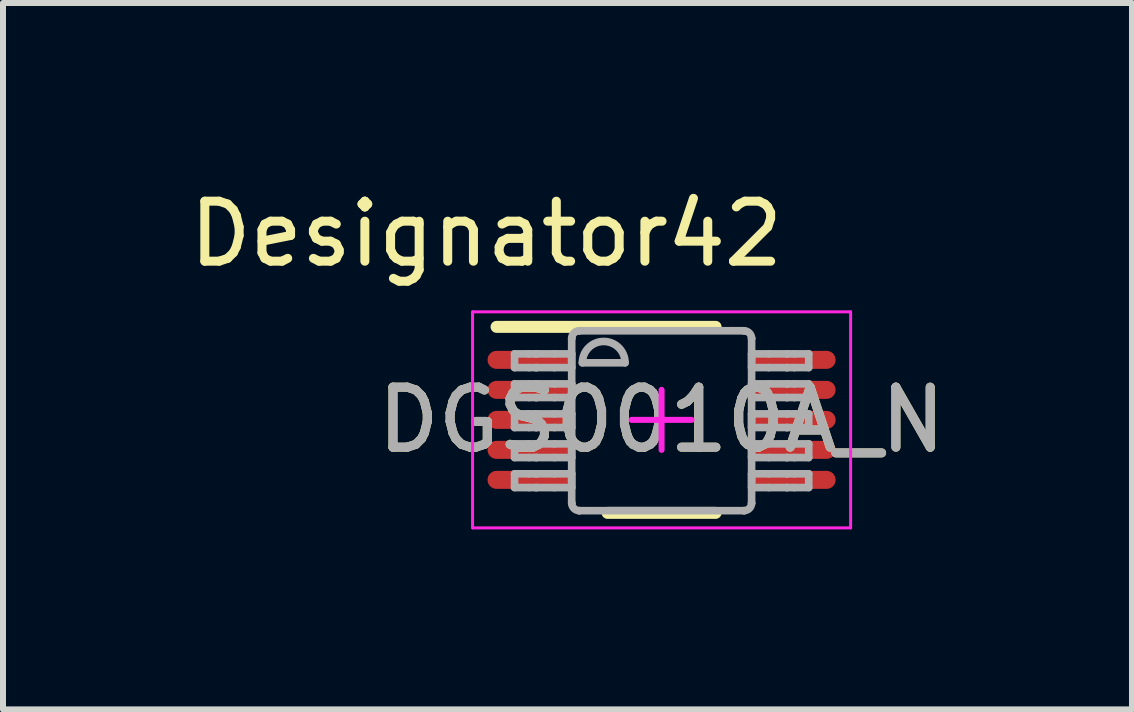
<source format=kicad_pcb>
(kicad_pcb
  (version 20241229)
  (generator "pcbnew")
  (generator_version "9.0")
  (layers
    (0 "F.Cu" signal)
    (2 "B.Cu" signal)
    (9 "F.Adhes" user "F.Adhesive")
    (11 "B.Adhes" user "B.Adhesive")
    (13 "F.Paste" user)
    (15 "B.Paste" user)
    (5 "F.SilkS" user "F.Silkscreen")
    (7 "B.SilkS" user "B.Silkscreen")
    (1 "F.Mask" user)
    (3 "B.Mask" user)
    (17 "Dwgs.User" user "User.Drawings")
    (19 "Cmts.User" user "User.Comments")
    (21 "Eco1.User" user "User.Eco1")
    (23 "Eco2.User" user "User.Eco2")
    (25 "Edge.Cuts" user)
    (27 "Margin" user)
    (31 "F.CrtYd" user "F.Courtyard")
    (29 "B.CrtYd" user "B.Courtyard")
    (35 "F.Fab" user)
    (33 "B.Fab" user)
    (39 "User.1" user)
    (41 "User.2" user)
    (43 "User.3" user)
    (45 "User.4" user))
  (footprint "DGS0010A_N"
    (layer "F.Cu")
    (at 7.975 3.947)
    (property "Reference" "DGS0010A_N" (at 0 0 0) (unlocked yes) (layer "F.SilkS") (effects (font (size 1 1) (thickness 0.15))))
    (attr smd)
    (fp_line (start -2.75 -1.55) (end 0.9 -1.55) (stroke (width 0.2) (type solid)) (layer "F.SilkS"))
    (fp_line (start -0.9 1.55) (end 0.9 1.55) (stroke (width 0.2) (type solid)) (layer "F.SilkS"))
    (fp_line (start -3.15 -1.8) (end 3.15 -1.8) (stroke (width 0.05) (type solid)) (layer "F.CrtYd"))
    (fp_line (start -3.15 1.8) (end -3.15 -1.8) (stroke (width 0.05) (type solid)) (layer "F.CrtYd"))
    (fp_line (start -3.15 1.8) (end 3.15 1.8) (stroke (width 0.05) (type solid)) (layer "F.CrtYd"))
    (fp_line (start -0.5 0) (end 0.5 0) (stroke (width 0.1) (type solid)) (layer "F.CrtYd"))
    (fp_line (start -0.000003 0.5) (end -0.000003 -0.5) (stroke (width 0.1) (type solid)) (layer "F.CrtYd"))
    (fp_line (start 3.15 1.8) (end 3.15 -1.8) (stroke (width 0.05) (type solid)) (layer "F.CrtYd"))
    (fp_line (start -2.45 -1.1) (end -2.21 -1.1) (stroke (width 0.127) (type solid)) (layer "F.Fab"))
    (fp_line (start -2.45 -0.871) (end -2.45 -1.1) (stroke (width 0.127) (type solid)) (layer "F.Fab"))
    (fp_line (start -2.45 -0.871) (end -2.21 -0.871) (stroke (width 0.127) (type solid)) (layer "F.Fab"))
    (fp_line (start -2.45 -0.6) (end -2.21 -0.6) (stroke (width 0.127) (type solid)) (layer "F.Fab"))
    (fp_line (start -2.45 -0.372) (end -2.45 -0.6) (stroke (width 0.127) (type solid)) (layer "F.Fab"))
    (fp_line (start -2.45 -0.372) (end -2.21 -0.372) (stroke (width 0.127) (type solid)) (layer "F.Fab"))
    (fp_line (start -2.45 -0.1) (end -2.21 -0.1) (stroke (width 0.127) (type solid)) (layer "F.Fab"))
    (fp_line (start -2.45 0.128) (end -2.45 -0.1) (stroke (width 0.127) (type solid)) (layer "F.Fab"))
    (fp_line (start -2.45 0.128) (end -2.21 0.128) (stroke (width 0.127) (type solid)) (layer "F.Fab"))
    (fp_line (start -2.45 0.4) (end -2.21 0.4) (stroke (width 0.127) (type solid)) (layer "F.Fab"))
    (fp_line (start -2.45 0.628) (end -2.45 0.4) (stroke (width 0.127) (type solid)) (layer "F.Fab"))
    (fp_line (start -2.45 0.628) (end -2.21 0.628) (stroke (width 0.127) (type solid)) (layer "F.Fab"))
    (fp_line (start -2.45 0.899) (end -2.21 0.899) (stroke (width 0.127) (type solid)) (layer "F.Fab"))
    (fp_line (start -2.45 1.128) (end -2.45 0.899) (stroke (width 0.127) (type solid)) (layer "F.Fab"))
    (fp_line (start -2.45 1.128) (end -2.21 1.128) (stroke (width 0.127) (type solid)) (layer "F.Fab"))
    (fp_line (start -2.21 -1.1) (end -2.09 -1.1) (stroke (width 0.127) (type solid)) (layer "F.Fab"))
    (fp_line (start -2.21 -0.871) (end -2.09 -0.871) (stroke (width 0.127) (type solid)) (layer "F.Fab"))
    (fp_line (start -2.21 -0.6) (end -2.09 -0.6) (stroke (width 0.127) (type solid)) (layer "F.Fab"))
    (fp_line (start -2.21 -0.372) (end -2.09 -0.372) (stroke (width 0.127) (type solid)) (layer "F.Fab"))
    (fp_line (start -2.21 -0.1) (end -2.09 -0.1) (stroke (width 0.127) (type solid)) (layer "F.Fab"))
    (fp_line (start -2.21 0.128) (end -2.09 0.128) (stroke (width 0.127) (type solid)) (layer "F.Fab"))
    (fp_line (start -2.21 0.4) (end -2.09 0.4) (stroke (width 0.127) (type solid)) (layer "F.Fab"))
    (fp_line (start -2.21 0.628) (end -2.09 0.628) (stroke (width 0.127) (type solid)) (layer "F.Fab"))
    (fp_line (start -2.21 0.899) (end -2.09 0.899) (stroke (width 0.127) (type solid)) (layer "F.Fab"))
    (fp_line (start -2.21 1.128) (end -2.09 1.128) (stroke (width 0.127) (type solid)) (layer "F.Fab"))
    (fp_line (start -2.09 -1.1) (end -2.087 -1.1) (stroke (width 0.127) (type solid)) (layer "F.Fab"))
    (fp_line (start -2.09 -0.871) (end -2.087 -0.871) (stroke (width 0.127) (type solid)) (layer "F.Fab"))
    (fp_line (start -2.09 -0.6) (end -2.087 -0.6) (stroke (width 0.127) (type solid)) (layer "F.Fab"))
    (fp_line (start -2.09 -0.372) (end -2.087 -0.372) (stroke (width 0.127) (type solid)) (layer "F.Fab"))
    (fp_line (start -2.09 -0.1) (end -2.087 -0.1) (stroke (width 0.127) (type solid)) (layer "F.Fab"))
    (fp_line (start -2.09 0.128) (end -2.087 0.128) (stroke (width 0.127) (type solid)) (layer "F.Fab"))
    (fp_line (start -2.09 0.4) (end -2.087 0.4) (stroke (width 0.127) (type solid)) (layer "F.Fab"))
    (fp_line (start -2.09 0.628) (end -2.087 0.628) (stroke (width 0.127) (type solid)) (layer "F.Fab"))
    (fp_line (start -2.09 0.899) (end -2.087 0.899) (stroke (width 0.127) (type solid)) (layer "F.Fab"))
    (fp_line (start -2.09 1.128) (end -2.087 1.128) (stroke (width 0.127) (type solid)) (layer "F.Fab"))
    (fp_line (start -2.087 -1.1) (end -1.784 -1.1) (stroke (width 0.127) (type solid)) (layer "F.Fab"))
    (fp_line (start -2.087 -0.871) (end -1.784 -0.871) (stroke (width 0.127) (type solid)) (layer "F.Fab"))
    (fp_line (start -2.087 -0.6) (end -1.784 -0.6) (stroke (width 0.127) (type solid)) (layer "F.Fab"))
    (fp_line (start -2.087 -0.372) (end -1.784 -0.372) (stroke (width 0.127) (type solid)) (layer "F.Fab"))
    (fp_line (start -2.087 -0.1) (end -1.784 -0.1) (stroke (width 0.127) (type solid)) (layer "F.Fab"))
    (fp_line (start -2.087 0.128) (end -1.784 0.128) (stroke (width 0.127) (type solid)) (layer "F.Fab"))
    (fp_line (start -2.087 0.4) (end -1.784 0.4) (stroke (width 0.127) (type solid)) (layer "F.Fab"))
    (fp_line (start -2.087 0.628) (end -1.784 0.628) (stroke (width 0.127) (type solid)) (layer "F.Fab"))
    (fp_line (start -2.087 0.899) (end -1.784 0.899) (stroke (width 0.127) (type solid)) (layer "F.Fab"))
    (fp_line (start -2.087 1.128) (end -1.784 1.128) (stroke (width 0.127) (type solid)) (layer "F.Fab"))
    (fp_line (start -1.784 -1.1) (end -1.498 -1.1) (stroke (width 0.127) (type solid)) (layer "F.Fab"))
    (fp_line (start -1.784 -0.871) (end -1.498 -0.871) (stroke (width 0.127) (type solid)) (layer "F.Fab"))
    (fp_line (start -1.784 -0.6) (end -1.498 -0.6) (stroke (width 0.127) (type solid)) (layer "F.Fab"))
    (fp_line (start -1.784 -0.372) (end -1.498 -0.372) (stroke (width 0.127) (type solid)) (layer "F.Fab"))
    (fp_line (start -1.784 -0.1) (end -1.498 -0.1) (stroke (width 0.127) (type solid)) (layer "F.Fab"))
    (fp_line (start -1.784 0.128) (end -1.498 0.128) (stroke (width 0.127) (type solid)) (layer "F.Fab"))
    (fp_line (start -1.784 0.4) (end -1.498 0.4) (stroke (width 0.127) (type solid)) (layer "F.Fab"))
    (fp_line (start -1.784 0.628) (end -1.498 0.628) (stroke (width 0.127) (type solid)) (layer "F.Fab"))
    (fp_line (start -1.784 0.899) (end -1.498 0.899) (stroke (width 0.127) (type solid)) (layer "F.Fab"))
    (fp_line (start -1.784 1.128) (end -1.498 1.128) (stroke (width 0.127) (type solid)) (layer "F.Fab"))
    (fp_line (start -1.498 -1.358) (end -1.497 -1.36) (stroke (width 0.127) (type solid)) (layer "F.Fab"))
    (fp_line (start -1.498 -0.871) (end -1.498 -1.1) (stroke (width 0.127) (type solid)) (layer "F.Fab"))
    (fp_line (start -1.498 -0.372) (end -1.498 -0.6) (stroke (width 0.127) (type solid)) (layer "F.Fab"))
    (fp_line (start -1.498 0.128) (end -1.498 -0.1) (stroke (width 0.127) (type solid)) (layer "F.Fab"))
    (fp_line (start -1.498 0.628) (end -1.498 0.4) (stroke (width 0.127) (type solid)) (layer "F.Fab"))
    (fp_line (start -1.498 1.128) (end -1.498 0.899) (stroke (width 0.127) (type solid)) (layer "F.Fab"))
    (fp_line (start -1.498 1.386) (end -1.498 -1.358) (stroke (width 0.127) (type solid)) (layer "F.Fab"))
    (fp_line (start -1.498 1.386) (end -1.497 1.388) (stroke (width 0.127) (type solid)) (layer "F.Fab"))
    (fp_line (start -1.373 -1.485) (end -1.371 -1.485) (stroke (width 0.127) (type solid)) (layer "F.Fab"))
    (fp_line (start -1.373 1.513) (end -1.371 1.513) (stroke (width 0.127) (type solid)) (layer "F.Fab"))
    (fp_line (start -1.371 -1.485) (end 1.373 -1.485) (stroke (width 0.127) (type solid)) (layer "F.Fab"))
    (fp_line (start -1.371 1.513) (end 1.373 1.513) (stroke (width 0.127) (type solid)) (layer "F.Fab"))
    (fp_line (start -1.32 -0.951) (end -0.609 -0.951) (stroke (width 0.127) (type solid)) (layer "F.Fab"))
    (fp_line (start 1.373 -1.485) (end 1.375 -1.485) (stroke (width 0.127) (type solid)) (layer "F.Fab"))
    (fp_line (start 1.373 1.513) (end 1.375 1.513) (stroke (width 0.127) (type solid)) (layer "F.Fab"))
    (fp_line (start 1.5 -1.36) (end 1.5 -1.358) (stroke (width 0.127) (type solid)) (layer "F.Fab"))
    (fp_line (start 1.5 1.388) (end 1.5 1.386) (stroke (width 0.127) (type solid)) (layer "F.Fab"))
    (fp_line (start 1.5 -1.1) (end 1.786 -1.1) (stroke (width 0.127) (type solid)) (layer "F.Fab"))
    (fp_line (start 1.5 -0.871) (end 1.5 -1.1) (stroke (width 0.127) (type solid)) (layer "F.Fab"))
    (fp_line (start 1.5 -0.871) (end 1.786 -0.871) (stroke (width 0.127) (type solid)) (layer "F.Fab"))
    (fp_line (start 1.5 -0.6) (end 1.786 -0.6) (stroke (width 0.127) (type solid)) (layer "F.Fab"))
    (fp_line (start 1.5 -0.372) (end 1.5 -0.6) (stroke (width 0.127) (type solid)) (layer "F.Fab"))
    (fp_line (start 1.5 -0.372) (end 1.786 -0.372) (stroke (width 0.127) (type solid)) (layer "F.Fab"))
    (fp_line (start 1.5 -0.1) (end 1.786 -0.1) (stroke (width 0.127) (type solid)) (layer "F.Fab"))
    (fp_line (start 1.5 0.128) (end 1.5 -0.1) (stroke (width 0.127) (type solid)) (layer "F.Fab"))
    (fp_line (start 1.5 0.128) (end 1.786 0.128) (stroke (width 0.127) (type solid)) (layer "F.Fab"))
    (fp_line (start 1.5 0.4) (end 1.786 0.4) (stroke (width 0.127) (type solid)) (layer "F.Fab"))
    (fp_line (start 1.5 0.628) (end 1.5 0.4) (stroke (width 0.127) (type solid)) (layer "F.Fab"))
    (fp_line (start 1.5 0.628) (end 1.786 0.628) (stroke (width 0.127) (type solid)) (layer "F.Fab"))
    (fp_line (start 1.5 0.899) (end 1.786 0.899) (stroke (width 0.127) (type solid)) (layer "F.Fab"))
    (fp_line (start 1.5 1.128) (end 1.5 0.899) (stroke (width 0.127) (type solid)) (layer "F.Fab"))
    (fp_line (start 1.5 1.128) (end 1.786 1.128) (stroke (width 0.127) (type solid)) (layer "F.Fab"))
    (fp_line (start 1.5 1.386) (end 1.5 -1.358) (stroke (width 0.127) (type solid)) (layer "F.Fab"))
    (fp_line (start 1.786 -1.1) (end 2.089 -1.1) (stroke (width 0.127) (type solid)) (layer "F.Fab"))
    (fp_line (start 1.786 -0.871) (end 2.089 -0.871) (stroke (width 0.127) (type solid)) (layer "F.Fab"))
    (fp_line (start 1.786 -0.6) (end 2.089 -0.6) (stroke (width 0.127) (type solid)) (layer "F.Fab"))
    (fp_line (start 1.786 -0.372) (end 2.089 -0.372) (stroke (width 0.127) (type solid)) (layer "F.Fab"))
    (fp_line (start 1.786 -0.1) (end 2.089 -0.1) (stroke (width 0.127) (type solid)) (layer "F.Fab"))
    (fp_line (start 1.786 0.128) (end 2.089 0.128) (stroke (width 0.127) (type solid)) (layer "F.Fab"))
    (fp_line (start 1.786 0.4) (end 2.089 0.4) (stroke (width 0.127) (type solid)) (layer "F.Fab"))
    (fp_line (start 1.786 0.628) (end 2.089 0.628) (stroke (width 0.127) (type solid)) (layer "F.Fab"))
    (fp_line (start 1.786 0.899) (end 2.089 0.899) (stroke (width 0.127) (type solid)) (layer "F.Fab"))
    (fp_line (start 1.786 1.128) (end 2.089 1.128) (stroke (width 0.127) (type solid)) (layer "F.Fab"))
    (fp_line (start 2.089 -1.1) (end 2.093 -1.1) (stroke (width 0.127) (type solid)) (layer "F.Fab"))
    (fp_line (start 2.089 -0.871) (end 2.093 -0.871) (stroke (width 0.127) (type solid)) (layer "F.Fab"))
    (fp_line (start 2.089 -0.6) (end 2.093 -0.6) (stroke (width 0.127) (type solid)) (layer "F.Fab"))
    (fp_line (start 2.089 -0.372) (end 2.093 -0.372) (stroke (width 0.127) (type solid)) (layer "F.Fab"))
    (fp_line (start 2.089 -0.1) (end 2.093 -0.1) (stroke (width 0.127) (type solid)) (layer "F.Fab"))
    (fp_line (start 2.089 0.128) (end 2.093 0.128) (stroke (width 0.127) (type solid)) (layer "F.Fab"))
    (fp_line (start 2.089 0.4) (end 2.093 0.4) (stroke (width 0.127) (type solid)) (layer "F.Fab"))
    (fp_line (start 2.089 0.628) (end 2.093 0.628) (stroke (width 0.127) (type solid)) (layer "F.Fab"))
    (fp_line (start 2.089 0.899) (end 2.093 0.899) (stroke (width 0.127) (type solid)) (layer "F.Fab"))
    (fp_line (start 2.089 1.128) (end 2.093 1.128) (stroke (width 0.127) (type solid)) (layer "F.Fab"))
    (fp_line (start 2.093 -1.1) (end 2.213 -1.1) (stroke (width 0.127) (type solid)) (layer "F.Fab"))
    (fp_line (start 2.093 -0.871) (end 2.213 -0.871) (stroke (width 0.127) (type solid)) (layer "F.Fab"))
    (fp_line (start 2.093 -0.6) (end 2.213 -0.6) (stroke (width 0.127) (type solid)) (layer "F.Fab"))
    (fp_line (start 2.093 -0.372) (end 2.213 -0.372) (stroke (width 0.127) (type solid)) (layer "F.Fab"))
    (fp_line (start 2.093 -0.1) (end 2.213 -0.1) (stroke (width 0.127) (type solid)) (layer "F.Fab"))
    (fp_line (start 2.093 0.128) (end 2.213 0.128) (stroke (width 0.127) (type solid)) (layer "F.Fab"))
    (fp_line (start 2.093 0.4) (end 2.213 0.4) (stroke (width 0.127) (type solid)) (layer "F.Fab"))
    (fp_line (start 2.093 0.628) (end 2.213 0.628) (stroke (width 0.127) (type solid)) (layer "F.Fab"))
    (fp_line (start 2.093 0.899) (end 2.213 0.899) (stroke (width 0.127) (type solid)) (layer "F.Fab"))
    (fp_line (start 2.093 1.128) (end 2.213 1.128) (stroke (width 0.127) (type solid)) (layer "F.Fab"))
    (fp_line (start 2.213 -1.1) (end 2.452 -1.1) (stroke (width 0.127) (type solid)) (layer "F.Fab"))
    (fp_line (start 2.213 -0.871) (end 2.452 -0.871) (stroke (width 0.127) (type solid)) (layer "F.Fab"))
    (fp_line (start 2.213 -0.6) (end 2.452 -0.6) (stroke (width 0.127) (type solid)) (layer "F.Fab"))
    (fp_line (start 2.213 -0.372) (end 2.452 -0.372) (stroke (width 0.127) (type solid)) (layer "F.Fab"))
    (fp_line (start 2.213 -0.1) (end 2.452 -0.1) (stroke (width 0.127) (type solid)) (layer "F.Fab"))
    (fp_line (start 2.213 0.128) (end 2.452 0.128) (stroke (width 0.127) (type solid)) (layer "F.Fab"))
    (fp_line (start 2.213 0.4) (end 2.452 0.4) (stroke (width 0.127) (type solid)) (layer "F.Fab"))
    (fp_line (start 2.213 0.628) (end 2.452 0.628) (stroke (width 0.127) (type solid)) (layer "F.Fab"))
    (fp_line (start 2.213 0.899) (end 2.452 0.899) (stroke (width 0.127) (type solid)) (layer "F.Fab"))
    (fp_line (start 2.213 1.128) (end 2.452 1.128) (stroke (width 0.127) (type solid)) (layer "F.Fab"))
    (fp_line (start 2.452 -0.871) (end 2.452 -1.1) (stroke (width 0.127) (type solid)) (layer "F.Fab"))
    (fp_line (start 2.452 -0.372) (end 2.452 -0.6) (stroke (width 0.127) (type solid)) (layer "F.Fab"))
    (fp_line (start 2.452 0.128) (end 2.452 -0.1) (stroke (width 0.127) (type solid)) (layer "F.Fab"))
    (fp_line (start 2.452 0.628) (end 2.452 0.4) (stroke (width 0.127) (type solid)) (layer "F.Fab"))
    (fp_line (start 2.452 1.128) (end 2.452 0.899) (stroke (width 0.127) (type solid)) (layer "F.Fab"))
    (fp_arc (start -1.49745 -1.360299) (mid -1.460293 -1.447356) (end -1.373243 -1.484531) (stroke (width 0.127) (type solid)) (layer "F.Fab"))
    (fp_arc (start -1.373243 1.512619) (mid -1.460293 1.475444) (end -1.49745 1.388386) (stroke (width 0.127) (type solid)) (layer "F.Fab"))
    (fp_arc (start -1.3197 -0.951156) (mid -0.9641 -1.306756) (end -0.6085 -0.951156) (stroke (width 0.127) (type solid)) (layer "F.Fab"))
    (fp_arc (start 1.375443 -1.484532) (mid 1.462505 -1.447362) (end 1.499675 -1.360299) (stroke (width 0.127) (type solid)) (layer "F.Fab"))
    (fp_arc (start 1.499675 1.388387) (mid 1.462505 1.475449) (end 1.375443 1.512619) (stroke (width 0.127) (type solid)) (layer "F.Fab"))
    (fp_text user "Designator42" (at -2.921 -3.099 0) (unlocked yes) (layer "F.SilkS") (effects (font (size 1 1) (thickness 0.15))))
    (fp_text user "${REFERENCE}" (at 0 0 0) (unlocked yes) (layer "F.Fab") (effects (font (size 1 1) (thickness 0.15))))
    (pad "1" smd oval (at -2.225 -1 90) (size 0.3 1.35) (layers "F.Cu" "F.Mask" "F.Paste"))
    (pad "2" smd oval (at -2.225 -0.5 90) (size 0.3 1.35) (layers "F.Cu" "F.Mask" "F.Paste"))
    (pad "3" smd oval (at -2.225 0 90) (size 0.3 1.35) (layers "F.Cu" "F.Mask" "F.Paste"))
    (pad "4" smd oval (at -2.225 0.5 90) (size 0.3 1.35) (layers "F.Cu" "F.Mask" "F.Paste"))
    (pad "5" smd oval (at -2.225 1 90) (size 0.3 1.35) (layers "F.Cu" "F.Mask" "F.Paste"))
    (pad "6" smd oval (at 2.225 1 90) (size 0.3 1.35) (layers "F.Cu" "F.Mask" "F.Paste"))
    (pad "7" smd oval (at 2.225 0.5 90) (size 0.3 1.35) (layers "F.Cu" "F.Mask" "F.Paste"))
    (pad "8" smd oval (at 2.225 0 90) (size 0.3 1.35) (layers "F.Cu" "F.Mask" "F.Paste"))
    (pad "9" smd oval (at 2.225 -0.5 90) (size 0.3 1.35) (layers "F.Cu" "F.Mask" "F.Paste"))
    (pad "10" smd oval (at 2.225 -1 90) (size 0.3 1.35) (layers "F.Cu" "F.Mask" "F.Paste")))
  (gr_rect
    (start -3 -3)
    (end 15.814 8.772)
    (stroke (width 0.1) (type default))
    (fill no)
    (layer "Edge.Cuts")))
</source>
